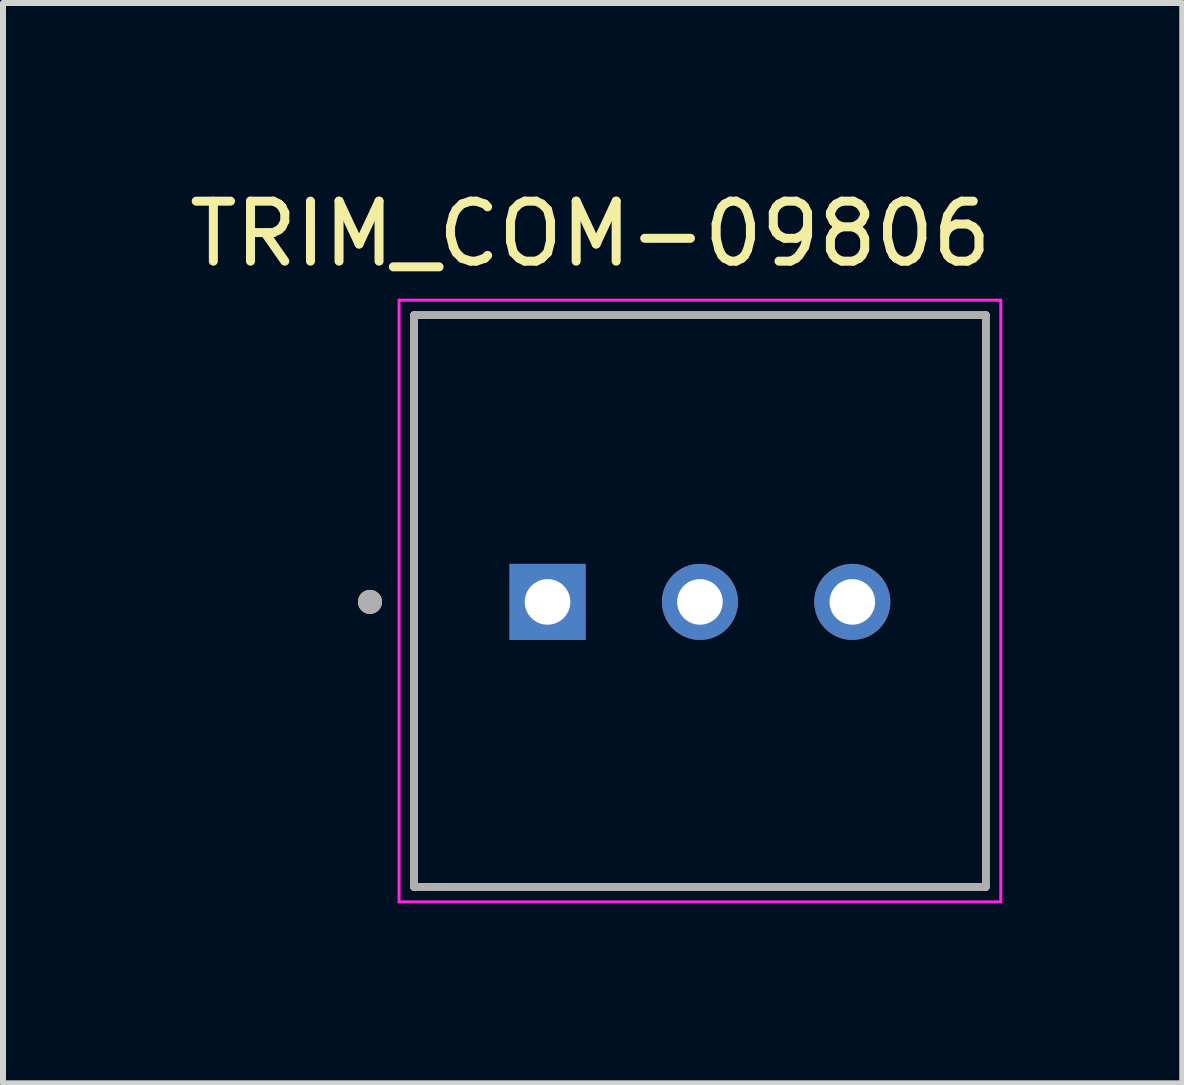
<source format=kicad_pcb>
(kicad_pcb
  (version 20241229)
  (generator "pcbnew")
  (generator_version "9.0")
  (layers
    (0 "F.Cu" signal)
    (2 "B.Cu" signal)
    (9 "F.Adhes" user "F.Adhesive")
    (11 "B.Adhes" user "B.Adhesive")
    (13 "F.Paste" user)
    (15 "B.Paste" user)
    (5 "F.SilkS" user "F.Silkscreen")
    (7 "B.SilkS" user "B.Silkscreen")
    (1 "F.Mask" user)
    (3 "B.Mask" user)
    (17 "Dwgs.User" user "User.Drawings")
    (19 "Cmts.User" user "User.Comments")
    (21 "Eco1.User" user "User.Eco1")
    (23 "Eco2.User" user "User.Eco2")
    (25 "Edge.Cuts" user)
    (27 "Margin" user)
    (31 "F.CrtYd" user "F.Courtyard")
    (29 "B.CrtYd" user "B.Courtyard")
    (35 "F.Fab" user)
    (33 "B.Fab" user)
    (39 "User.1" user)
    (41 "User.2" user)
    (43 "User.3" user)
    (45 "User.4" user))
  (footprint "TRIM_COM-09806"
    (layer "F.Cu")
    (at 8.617 6.983)
    (property "Reference" "TRIM_COM-09806" (at -1.825 -6.135 0) (layer "F.SilkS") (effects (font (size 1 1) (thickness 0.15))))
    (attr through_hole)
    (fp_line (start -4.765 -4.78) (end -4.765 4.75) (stroke (width 0.127) (type solid)) (layer "F.SilkS"))
    (fp_line (start -4.765 4.75) (end 4.765 4.75) (stroke (width 0.127) (type solid)) (layer "F.SilkS"))
    (fp_line (start 4.765 -4.78) (end -4.765 -4.78) (stroke (width 0.127) (type solid)) (layer "F.SilkS"))
    (fp_line (start 4.765 4.75) (end 4.765 -4.78) (stroke (width 0.127) (type solid)) (layer "F.SilkS"))
    (fp_circle (center -5.5 0) (end -5.4 0) (stroke (width 0.2) (type solid)) (fill no) (layer "F.SilkS"))
    (fp_line (start -5.015 -5.03) (end 5.015 -5.03) (stroke (width 0.05) (type solid)) (layer "F.CrtYd"))
    (fp_line (start -5.015 5) (end -5.015 -5.03) (stroke (width 0.05) (type solid)) (layer "F.CrtYd"))
    (fp_line (start 5.015 -5.03) (end 5.015 5) (stroke (width 0.05) (type solid)) (layer "F.CrtYd"))
    (fp_line (start 5.015 5) (end -5.015 5) (stroke (width 0.05) (type solid)) (layer "F.CrtYd"))
    (fp_line (start -4.765 -4.78) (end 4.765 -4.78) (stroke (width 0.127) (type solid)) (layer "F.Fab"))
    (fp_line (start -4.765 4.75) (end -4.765 -4.78) (stroke (width 0.127) (type solid)) (layer "F.Fab"))
    (fp_line (start 4.765 -4.78) (end 4.765 4.75) (stroke (width 0.127) (type solid)) (layer "F.Fab"))
    (fp_line (start 4.765 4.75) (end -4.765 4.75) (stroke (width 0.127) (type solid)) (layer "F.Fab"))
    (fp_circle (center -5.5 0) (end -5.4 0) (stroke (width 0.2) (type solid)) (fill no) (layer "F.Fab"))
    (pad "1" thru_hole rect (at -2.54 0) (size 1.268 1.268) (drill 0.76) (layers "*.Cu" "*.Mask"))
    (pad "2" thru_hole circle (at 0 0) (size 1.268 1.268) (drill 0.76) (layers "*.Cu" "*.Mask"))
    (pad "3" thru_hole circle (at 2.54 0) (size 1.268 1.268) (drill 0.76) (layers "*.Cu" "*.Mask")))
  (gr_rect
    (start -3 -3)
    (end 16.657 15.008)
    (stroke (width 0.1) (type default))
    (fill no)
    (layer "Edge.Cuts")))
</source>
